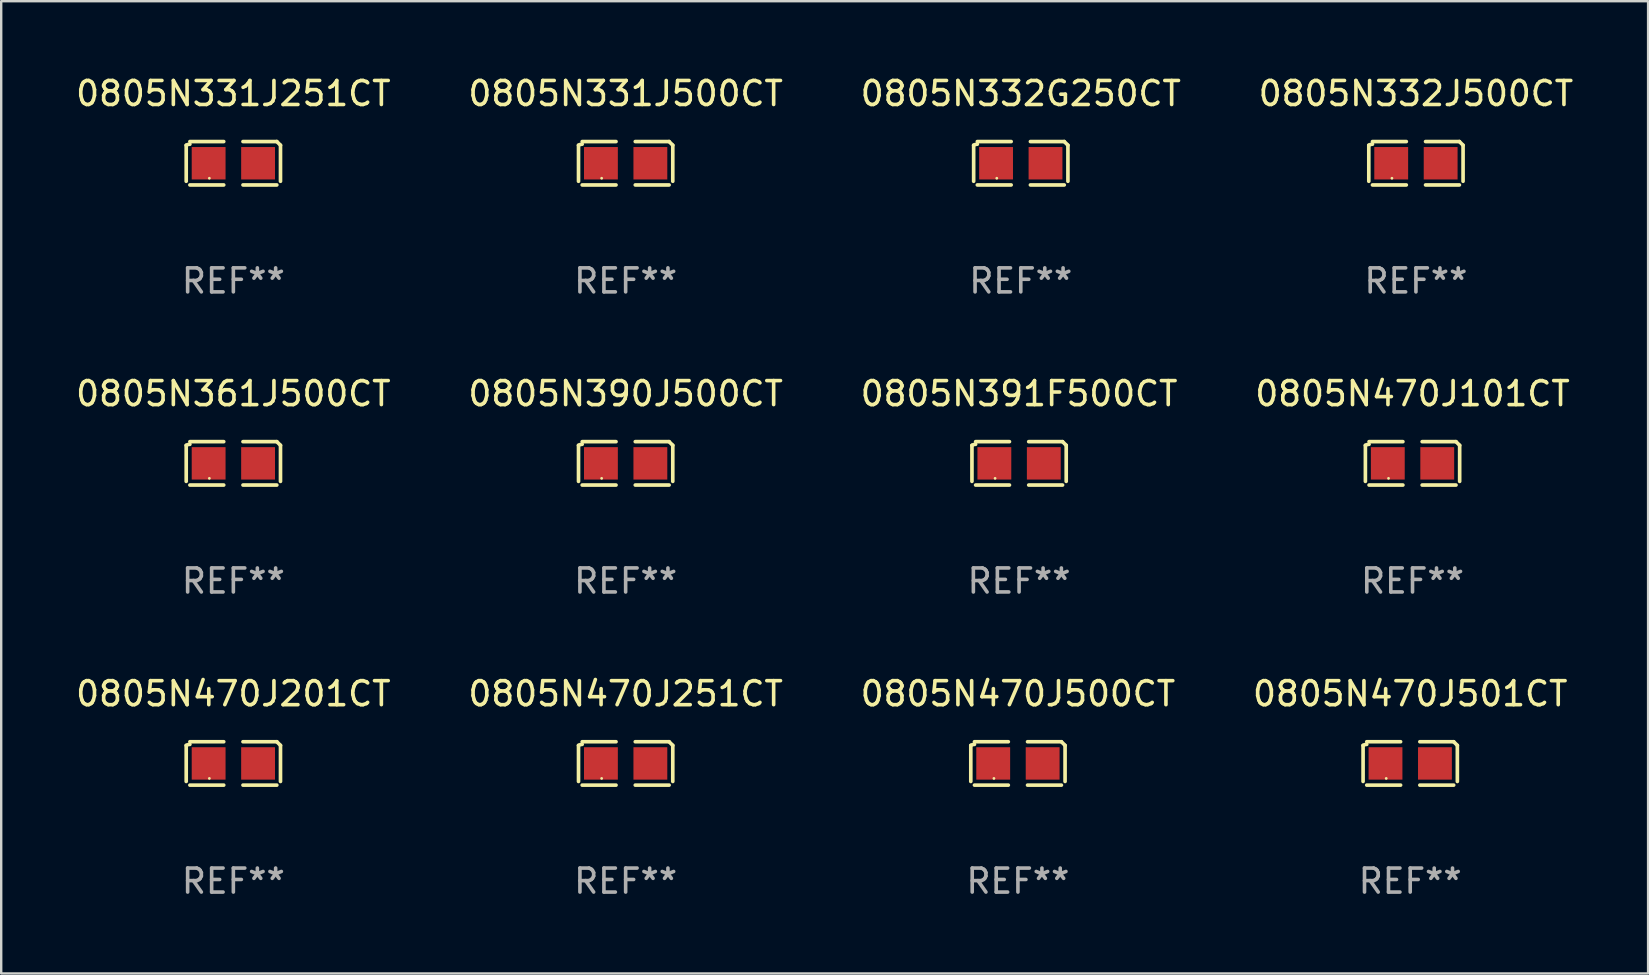
<source format=kicad_pcb>
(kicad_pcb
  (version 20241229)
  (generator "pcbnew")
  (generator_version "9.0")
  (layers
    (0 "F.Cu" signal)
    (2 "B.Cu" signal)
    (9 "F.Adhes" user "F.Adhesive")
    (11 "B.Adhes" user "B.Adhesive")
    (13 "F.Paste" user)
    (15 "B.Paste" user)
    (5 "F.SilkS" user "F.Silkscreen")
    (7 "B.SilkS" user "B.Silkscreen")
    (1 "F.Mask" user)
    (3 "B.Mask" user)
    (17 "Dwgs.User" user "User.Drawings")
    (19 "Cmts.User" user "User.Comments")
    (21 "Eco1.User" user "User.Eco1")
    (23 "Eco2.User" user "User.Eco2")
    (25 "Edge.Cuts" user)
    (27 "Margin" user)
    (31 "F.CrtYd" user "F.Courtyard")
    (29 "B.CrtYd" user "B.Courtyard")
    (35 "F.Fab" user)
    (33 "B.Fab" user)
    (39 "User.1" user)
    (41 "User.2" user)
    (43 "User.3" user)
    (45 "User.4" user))
  (footprint "0805N470J500CT"
    (layer "F.Cu")
    (at 39.363 28.759)
    (property "Reference" "0805N470J500CT" (at 0 -2.904 0) (layer "F.SilkS") (effects (font (size 1 1) (thickness 0.15))))
    (attr through_hole)
    (fp_line (start -1.964 0.751) (end -1.964 -0.751) (stroke (width 0.152) (type solid)) (layer "F.SilkS"))
    (fp_line (start -1.811 -0.904) (end -0.401 -0.904) (stroke (width 0.152) (type solid)) (layer "F.SilkS"))
    (fp_line (start -0.401 0.904) (end -1.811 0.904) (stroke (width 0.152) (type solid)) (layer "F.SilkS"))
    (fp_line (start 0.401 0.904) (end 1.811 0.904) (stroke (width 0.152) (type solid)) (layer "F.SilkS"))
    (fp_line (start 1.811 -0.904) (end 0.401 -0.904) (stroke (width 0.152) (type solid)) (layer "F.SilkS"))
    (fp_line (start 1.964 0.751) (end 1.964 -0.751) (stroke (width 0.152) (type solid)) (layer "F.SilkS"))
    (fp_arc (start -1.963602 -0.751207) (mid -1.890354 -0.783131) (end -1.811201 -0.794044) (stroke (width 0.1524) (type solid)) (layer "F.SilkS"))
    (fp_arc (start 1.811202 -0.903607) (mid 1.887413 -0.827418) (end 1.963602 -0.751207) (stroke (width 0.1524) (type solid)) (layer "F.SilkS"))
    (fp_circle (center -1 0.625) (end -0.97 0.625) (stroke (width 0.06) (type solid)) (fill no) (layer "F.SilkS"))
    (fp_text user "REF**" (at 0 4.904 0) (layer "F.Fab") (effects (font (size 1 1) (thickness 0.15))))
    (pad "1" smd rect (at -1.03 0) (size 1.41 1.35) (layers "F.Cu" "F.Mask" "F.Paste"))
    (pad "2" smd rect (at 1.03 0) (size 1.41 1.35) (layers "F.Cu" "F.Mask" "F.Paste")))
  (footprint "0805N332J500CT"
    (layer "F.Cu")
    (at 55.946 3.752)
    (property "Reference" "0805N332J500CT" (at 0 -2.904 0) (layer "F.SilkS") (effects (font (size 1 1) (thickness 0.15))))
    (attr through_hole)
    (fp_line (start -1.964 0.751) (end -1.964 -0.751) (stroke (width 0.152) (type solid)) (layer "F.SilkS"))
    (fp_line (start -1.811 -0.904) (end -0.401 -0.904) (stroke (width 0.152) (type solid)) (layer "F.SilkS"))
    (fp_line (start -0.401 0.904) (end -1.811 0.904) (stroke (width 0.152) (type solid)) (layer "F.SilkS"))
    (fp_line (start 0.401 0.904) (end 1.811 0.904) (stroke (width 0.152) (type solid)) (layer "F.SilkS"))
    (fp_line (start 1.811 -0.904) (end 0.401 -0.904) (stroke (width 0.152) (type solid)) (layer "F.SilkS"))
    (fp_line (start 1.964 0.751) (end 1.964 -0.751) (stroke (width 0.152) (type solid)) (layer "F.SilkS"))
    (fp_arc (start -1.963602 -0.751207) (mid -1.890354 -0.783131) (end -1.811201 -0.794044) (stroke (width 0.1524) (type solid)) (layer "F.SilkS"))
    (fp_arc (start 1.811202 -0.903607) (mid 1.887413 -0.827418) (end 1.963602 -0.751207) (stroke (width 0.1524) (type solid)) (layer "F.SilkS"))
    (fp_circle (center -1 0.625) (end -0.97 0.625) (stroke (width 0.06) (type solid)) (fill no) (layer "F.SilkS"))
    (fp_text user "REF**" (at 0 4.904 0) (layer "F.Fab") (effects (font (size 1 1) (thickness 0.15))))
    (pad "1" smd rect (at -1.03 0) (size 1.41 1.35) (layers "F.Cu" "F.Mask" "F.Paste"))
    (pad "2" smd rect (at 1.03 0) (size 1.41 1.35) (layers "F.Cu" "F.Mask" "F.Paste")))
  (footprint "0805N361J500CT"
    (layer "F.Cu")
    (at 6.673 16.256)
    (property "Reference" "0805N361J500CT" (at 0 -2.904 0) (layer "F.SilkS") (effects (font (size 1 1) (thickness 0.15))))
    (attr through_hole)
    (fp_line (start -1.964 0.751) (end -1.964 -0.751) (stroke (width 0.152) (type solid)) (layer "F.SilkS"))
    (fp_line (start -1.811 -0.904) (end -0.401 -0.904) (stroke (width 0.152) (type solid)) (layer "F.SilkS"))
    (fp_line (start -0.401 0.904) (end -1.811 0.904) (stroke (width 0.152) (type solid)) (layer "F.SilkS"))
    (fp_line (start 0.401 0.904) (end 1.811 0.904) (stroke (width 0.152) (type solid)) (layer "F.SilkS"))
    (fp_line (start 1.811 -0.904) (end 0.401 -0.904) (stroke (width 0.152) (type solid)) (layer "F.SilkS"))
    (fp_line (start 1.964 0.751) (end 1.964 -0.751) (stroke (width 0.152) (type solid)) (layer "F.SilkS"))
    (fp_arc (start -1.963602 -0.751207) (mid -1.890354 -0.783131) (end -1.811201 -0.794044) (stroke (width 0.1524) (type solid)) (layer "F.SilkS"))
    (fp_arc (start 1.811202 -0.903607) (mid 1.887413 -0.827418) (end 1.963602 -0.751207) (stroke (width 0.1524) (type solid)) (layer "F.SilkS"))
    (fp_circle (center -1 0.625) (end -0.97 0.625) (stroke (width 0.06) (type solid)) (fill no) (layer "F.SilkS"))
    (fp_text user "REF**" (at 0 4.904 0) (layer "F.Fab") (effects (font (size 1 1) (thickness 0.15))))
    (pad "1" smd rect (at -1.03 0) (size 1.41 1.35) (layers "F.Cu" "F.Mask" "F.Paste"))
    (pad "2" smd rect (at 1.03 0) (size 1.41 1.35) (layers "F.Cu" "F.Mask" "F.Paste")))
  (footprint "0805N470J101CT"
    (layer "F.Cu")
    (at 55.804 16.256)
    (property "Reference" "0805N470J101CT" (at 0 -2.904 0) (layer "F.SilkS") (effects (font (size 1 1) (thickness 0.15))))
    (attr through_hole)
    (fp_line (start -1.964 0.751) (end -1.964 -0.751) (stroke (width 0.152) (type solid)) (layer "F.SilkS"))
    (fp_line (start -1.811 -0.904) (end -0.401 -0.904) (stroke (width 0.152) (type solid)) (layer "F.SilkS"))
    (fp_line (start -0.401 0.904) (end -1.811 0.904) (stroke (width 0.152) (type solid)) (layer "F.SilkS"))
    (fp_line (start 0.401 0.904) (end 1.811 0.904) (stroke (width 0.152) (type solid)) (layer "F.SilkS"))
    (fp_line (start 1.811 -0.904) (end 0.401 -0.904) (stroke (width 0.152) (type solid)) (layer "F.SilkS"))
    (fp_line (start 1.964 0.751) (end 1.964 -0.751) (stroke (width 0.152) (type solid)) (layer "F.SilkS"))
    (fp_arc (start -1.963602 -0.751207) (mid -1.890354 -0.783131) (end -1.811201 -0.794044) (stroke (width 0.1524) (type solid)) (layer "F.SilkS"))
    (fp_arc (start 1.811202 -0.903607) (mid 1.887413 -0.827418) (end 1.963602 -0.751207) (stroke (width 0.1524) (type solid)) (layer "F.SilkS"))
    (fp_circle (center -1 0.625) (end -0.97 0.625) (stroke (width 0.06) (type solid)) (fill no) (layer "F.SilkS"))
    (fp_text user "REF**" (at 0 4.904 0) (layer "F.Fab") (effects (font (size 1 1) (thickness 0.15))))
    (pad "1" smd rect (at -1.03 0) (size 1.41 1.35) (layers "F.Cu" "F.Mask" "F.Paste"))
    (pad "2" smd rect (at 1.03 0) (size 1.41 1.35) (layers "F.Cu" "F.Mask" "F.Paste")))
  (footprint "0805N331J500CT"
    (layer "F.Cu")
    (at 23.018 3.752)
    (property "Reference" "0805N331J500CT" (at 0 -2.904 0) (layer "F.SilkS") (effects (font (size 1 1) (thickness 0.15))))
    (attr through_hole)
    (fp_line (start -1.964 0.751) (end -1.964 -0.751) (stroke (width 0.152) (type solid)) (layer "F.SilkS"))
    (fp_line (start -1.811 -0.904) (end -0.401 -0.904) (stroke (width 0.152) (type solid)) (layer "F.SilkS"))
    (fp_line (start -0.401 0.904) (end -1.811 0.904) (stroke (width 0.152) (type solid)) (layer "F.SilkS"))
    (fp_line (start 0.401 0.904) (end 1.811 0.904) (stroke (width 0.152) (type solid)) (layer "F.SilkS"))
    (fp_line (start 1.811 -0.904) (end 0.401 -0.904) (stroke (width 0.152) (type solid)) (layer "F.SilkS"))
    (fp_line (start 1.964 0.751) (end 1.964 -0.751) (stroke (width 0.152) (type solid)) (layer "F.SilkS"))
    (fp_arc (start -1.963602 -0.751207) (mid -1.890354 -0.783131) (end -1.811201 -0.794044) (stroke (width 0.1524) (type solid)) (layer "F.SilkS"))
    (fp_arc (start 1.811202 -0.903607) (mid 1.887413 -0.827418) (end 1.963602 -0.751207) (stroke (width 0.1524) (type solid)) (layer "F.SilkS"))
    (fp_circle (center -1 0.625) (end -0.97 0.625) (stroke (width 0.06) (type solid)) (fill no) (layer "F.SilkS"))
    (fp_text user "REF**" (at 0 4.904 0) (layer "F.Fab") (effects (font (size 1 1) (thickness 0.15))))
    (pad "1" smd rect (at -1.03 0) (size 1.41 1.35) (layers "F.Cu" "F.Mask" "F.Paste"))
    (pad "2" smd rect (at 1.03 0) (size 1.41 1.35) (layers "F.Cu" "F.Mask" "F.Paste")))
  (footprint "0805N470J251CT"
    (layer "F.Cu")
    (at 23.018 28.759)
    (property "Reference" "0805N470J251CT" (at 0 -2.904 0) (layer "F.SilkS") (effects (font (size 1 1) (thickness 0.15))))
    (attr through_hole)
    (fp_line (start -1.964 0.751) (end -1.964 -0.751) (stroke (width 0.152) (type solid)) (layer "F.SilkS"))
    (fp_line (start -1.811 -0.904) (end -0.401 -0.904) (stroke (width 0.152) (type solid)) (layer "F.SilkS"))
    (fp_line (start -0.401 0.904) (end -1.811 0.904) (stroke (width 0.152) (type solid)) (layer "F.SilkS"))
    (fp_line (start 0.401 0.904) (end 1.811 0.904) (stroke (width 0.152) (type solid)) (layer "F.SilkS"))
    (fp_line (start 1.811 -0.904) (end 0.401 -0.904) (stroke (width 0.152) (type solid)) (layer "F.SilkS"))
    (fp_line (start 1.964 0.751) (end 1.964 -0.751) (stroke (width 0.152) (type solid)) (layer "F.SilkS"))
    (fp_arc (start -1.963602 -0.751207) (mid -1.890354 -0.783131) (end -1.811201 -0.794044) (stroke (width 0.1524) (type solid)) (layer "F.SilkS"))
    (fp_arc (start 1.811202 -0.903607) (mid 1.887413 -0.827418) (end 1.963602 -0.751207) (stroke (width 0.1524) (type solid)) (layer "F.SilkS"))
    (fp_circle (center -1 0.625) (end -0.97 0.625) (stroke (width 0.06) (type solid)) (fill no) (layer "F.SilkS"))
    (fp_text user "REF**" (at 0 4.904 0) (layer "F.Fab") (effects (font (size 1 1) (thickness 0.15))))
    (pad "1" smd rect (at -1.03 0) (size 1.41 1.35) (layers "F.Cu" "F.Mask" "F.Paste"))
    (pad "2" smd rect (at 1.03 0) (size 1.41 1.35) (layers "F.Cu" "F.Mask" "F.Paste")))
  (footprint "0805N470J201CT"
    (layer "F.Cu")
    (at 6.673 28.759)
    (property "Reference" "0805N470J201CT" (at 0 -2.904 0) (layer "F.SilkS") (effects (font (size 1 1) (thickness 0.15))))
    (attr through_hole)
    (fp_line (start -1.964 0.751) (end -1.964 -0.751) (stroke (width 0.152) (type solid)) (layer "F.SilkS"))
    (fp_line (start -1.811 -0.904) (end -0.401 -0.904) (stroke (width 0.152) (type solid)) (layer "F.SilkS"))
    (fp_line (start -0.401 0.904) (end -1.811 0.904) (stroke (width 0.152) (type solid)) (layer "F.SilkS"))
    (fp_line (start 0.401 0.904) (end 1.811 0.904) (stroke (width 0.152) (type solid)) (layer "F.SilkS"))
    (fp_line (start 1.811 -0.904) (end 0.401 -0.904) (stroke (width 0.152) (type solid)) (layer "F.SilkS"))
    (fp_line (start 1.964 0.751) (end 1.964 -0.751) (stroke (width 0.152) (type solid)) (layer "F.SilkS"))
    (fp_arc (start -1.963602 -0.751207) (mid -1.890354 -0.783131) (end -1.811201 -0.794044) (stroke (width 0.1524) (type solid)) (layer "F.SilkS"))
    (fp_arc (start 1.811202 -0.903607) (mid 1.887413 -0.827418) (end 1.963602 -0.751207) (stroke (width 0.1524) (type solid)) (layer "F.SilkS"))
    (fp_circle (center -1 0.625) (end -0.97 0.625) (stroke (width 0.06) (type solid)) (fill no) (layer "F.SilkS"))
    (fp_text user "REF**" (at 0 4.904 0) (layer "F.Fab") (effects (font (size 1 1) (thickness 0.15))))
    (pad "1" smd rect (at -1.03 0) (size 1.41 1.35) (layers "F.Cu" "F.Mask" "F.Paste"))
    (pad "2" smd rect (at 1.03 0) (size 1.41 1.35) (layers "F.Cu" "F.Mask" "F.Paste")))
  (footprint "0805N331J251CT"
    (layer "F.Cu")
    (at 6.673 3.752)
    (property "Reference" "0805N331J251CT" (at 0 -2.904 0) (layer "F.SilkS") (effects (font (size 1 1) (thickness 0.15))))
    (attr through_hole)
    (fp_line (start -1.964 0.751) (end -1.964 -0.751) (stroke (width 0.152) (type solid)) (layer "F.SilkS"))
    (fp_line (start -1.811 -0.904) (end -0.401 -0.904) (stroke (width 0.152) (type solid)) (layer "F.SilkS"))
    (fp_line (start -0.401 0.904) (end -1.811 0.904) (stroke (width 0.152) (type solid)) (layer "F.SilkS"))
    (fp_line (start 0.401 0.904) (end 1.811 0.904) (stroke (width 0.152) (type solid)) (layer "F.SilkS"))
    (fp_line (start 1.811 -0.904) (end 0.401 -0.904) (stroke (width 0.152) (type solid)) (layer "F.SilkS"))
    (fp_line (start 1.964 0.751) (end 1.964 -0.751) (stroke (width 0.152) (type solid)) (layer "F.SilkS"))
    (fp_arc (start -1.963602 -0.751207) (mid -1.890354 -0.783131) (end -1.811201 -0.794044) (stroke (width 0.1524) (type solid)) (layer "F.SilkS"))
    (fp_arc (start 1.811202 -0.903607) (mid 1.887413 -0.827418) (end 1.963602 -0.751207) (stroke (width 0.1524) (type solid)) (layer "F.SilkS"))
    (fp_circle (center -1 0.625) (end -0.97 0.625) (stroke (width 0.06) (type solid)) (fill no) (layer "F.SilkS"))
    (fp_text user "REF**" (at 0 4.904 0) (layer "F.Fab") (effects (font (size 1 1) (thickness 0.15))))
    (pad "1" smd rect (at -1.03 0) (size 1.41 1.35) (layers "F.Cu" "F.Mask" "F.Paste"))
    (pad "2" smd rect (at 1.03 0) (size 1.41 1.35) (layers "F.Cu" "F.Mask" "F.Paste")))
  (footprint "0805N470J501CT"
    (layer "F.Cu")
    (at 55.708 28.759)
    (property "Reference" "0805N470J501CT" (at 0 -2.904 0) (layer "F.SilkS") (effects (font (size 1 1) (thickness 0.15))))
    (attr through_hole)
    (fp_line (start -1.964 0.751) (end -1.964 -0.751) (stroke (width 0.152) (type solid)) (layer "F.SilkS"))
    (fp_line (start -1.811 -0.904) (end -0.401 -0.904) (stroke (width 0.152) (type solid)) (layer "F.SilkS"))
    (fp_line (start -0.401 0.904) (end -1.811 0.904) (stroke (width 0.152) (type solid)) (layer "F.SilkS"))
    (fp_line (start 0.401 0.904) (end 1.811 0.904) (stroke (width 0.152) (type solid)) (layer "F.SilkS"))
    (fp_line (start 1.811 -0.904) (end 0.401 -0.904) (stroke (width 0.152) (type solid)) (layer "F.SilkS"))
    (fp_line (start 1.964 0.751) (end 1.964 -0.751) (stroke (width 0.152) (type solid)) (layer "F.SilkS"))
    (fp_arc (start -1.963602 -0.751207) (mid -1.890354 -0.783131) (end -1.811201 -0.794044) (stroke (width 0.1524) (type solid)) (layer "F.SilkS"))
    (fp_arc (start 1.811202 -0.903607) (mid 1.887413 -0.827418) (end 1.963602 -0.751207) (stroke (width 0.1524) (type solid)) (layer "F.SilkS"))
    (fp_circle (center -1 0.625) (end -0.97 0.625) (stroke (width 0.06) (type solid)) (fill no) (layer "F.SilkS"))
    (fp_text user "REF**" (at 0 4.904 0) (layer "F.Fab") (effects (font (size 1 1) (thickness 0.15))))
    (pad "1" smd rect (at -1.03 0) (size 1.41 1.35) (layers "F.Cu" "F.Mask" "F.Paste"))
    (pad "2" smd rect (at 1.03 0) (size 1.41 1.35) (layers "F.Cu" "F.Mask" "F.Paste")))
  (footprint "0805N391F500CT"
    (layer "F.Cu")
    (at 39.411 16.256)
    (property "Reference" "0805N391F500CT" (at 0 -2.904 0) (layer "F.SilkS") (effects (font (size 1 1) (thickness 0.15))))
    (attr through_hole)
    (fp_line (start -1.964 0.751) (end -1.964 -0.751) (stroke (width 0.152) (type solid)) (layer "F.SilkS"))
    (fp_line (start -1.811 -0.904) (end -0.401 -0.904) (stroke (width 0.152) (type solid)) (layer "F.SilkS"))
    (fp_line (start -0.401 0.904) (end -1.811 0.904) (stroke (width 0.152) (type solid)) (layer "F.SilkS"))
    (fp_line (start 0.401 0.904) (end 1.811 0.904) (stroke (width 0.152) (type solid)) (layer "F.SilkS"))
    (fp_line (start 1.811 -0.904) (end 0.401 -0.904) (stroke (width 0.152) (type solid)) (layer "F.SilkS"))
    (fp_line (start 1.964 0.751) (end 1.964 -0.751) (stroke (width 0.152) (type solid)) (layer "F.SilkS"))
    (fp_arc (start -1.963602 -0.751207) (mid -1.890354 -0.783131) (end -1.811201 -0.794044) (stroke (width 0.1524) (type solid)) (layer "F.SilkS"))
    (fp_arc (start 1.811202 -0.903607) (mid 1.887413 -0.827418) (end 1.963602 -0.751207) (stroke (width 0.1524) (type solid)) (layer "F.SilkS"))
    (fp_circle (center -1 0.625) (end -0.97 0.625) (stroke (width 0.06) (type solid)) (fill no) (layer "F.SilkS"))
    (fp_text user "REF**" (at 0 4.904 0) (layer "F.Fab") (effects (font (size 1 1) (thickness 0.15))))
    (pad "1" smd rect (at -1.03 0) (size 1.41 1.35) (layers "F.Cu" "F.Mask" "F.Paste"))
    (pad "2" smd rect (at 1.03 0) (size 1.41 1.35) (layers "F.Cu" "F.Mask" "F.Paste")))
  (footprint "0805N390J500CT"
    (layer "F.Cu")
    (at 23.018 16.256)
    (property "Reference" "0805N390J500CT" (at 0 -2.904 0) (layer "F.SilkS") (effects (font (size 1 1) (thickness 0.15))))
    (attr through_hole)
    (fp_line (start -1.964 0.751) (end -1.964 -0.751) (stroke (width 0.152) (type solid)) (layer "F.SilkS"))
    (fp_line (start -1.811 -0.904) (end -0.401 -0.904) (stroke (width 0.152) (type solid)) (layer "F.SilkS"))
    (fp_line (start -0.401 0.904) (end -1.811 0.904) (stroke (width 0.152) (type solid)) (layer "F.SilkS"))
    (fp_line (start 0.401 0.904) (end 1.811 0.904) (stroke (width 0.152) (type solid)) (layer "F.SilkS"))
    (fp_line (start 1.811 -0.904) (end 0.401 -0.904) (stroke (width 0.152) (type solid)) (layer "F.SilkS"))
    (fp_line (start 1.964 0.751) (end 1.964 -0.751) (stroke (width 0.152) (type solid)) (layer "F.SilkS"))
    (fp_arc (start -1.963602 -0.751207) (mid -1.890354 -0.783131) (end -1.811201 -0.794044) (stroke (width 0.1524) (type solid)) (layer "F.SilkS"))
    (fp_arc (start 1.811202 -0.903607) (mid 1.887413 -0.827418) (end 1.963602 -0.751207) (stroke (width 0.1524) (type solid)) (layer "F.SilkS"))
    (fp_circle (center -1 0.625) (end -0.97 0.625) (stroke (width 0.06) (type solid)) (fill no) (layer "F.SilkS"))
    (fp_text user "REF**" (at 0 4.904 0) (layer "F.Fab") (effects (font (size 1 1) (thickness 0.15))))
    (pad "1" smd rect (at -1.03 0) (size 1.41 1.35) (layers "F.Cu" "F.Mask" "F.Paste"))
    (pad "2" smd rect (at 1.03 0) (size 1.41 1.35) (layers "F.Cu" "F.Mask" "F.Paste")))
  (footprint "0805N332G250CT"
    (layer "F.Cu")
    (at 39.482 3.752)
    (property "Reference" "0805N332G250CT" (at 0 -2.904 0) (layer "F.SilkS") (effects (font (size 1 1) (thickness 0.15))))
    (attr through_hole)
    (fp_line (start -1.964 0.751) (end -1.964 -0.751) (stroke (width 0.152) (type solid)) (layer "F.SilkS"))
    (fp_line (start -1.811 -0.904) (end -0.401 -0.904) (stroke (width 0.152) (type solid)) (layer "F.SilkS"))
    (fp_line (start -0.401 0.904) (end -1.811 0.904) (stroke (width 0.152) (type solid)) (layer "F.SilkS"))
    (fp_line (start 0.401 0.904) (end 1.811 0.904) (stroke (width 0.152) (type solid)) (layer "F.SilkS"))
    (fp_line (start 1.811 -0.904) (end 0.401 -0.904) (stroke (width 0.152) (type solid)) (layer "F.SilkS"))
    (fp_line (start 1.964 0.751) (end 1.964 -0.751) (stroke (width 0.152) (type solid)) (layer "F.SilkS"))
    (fp_arc (start -1.963602 -0.751207) (mid -1.890354 -0.783131) (end -1.811201 -0.794044) (stroke (width 0.1524) (type solid)) (layer "F.SilkS"))
    (fp_arc (start 1.811202 -0.903607) (mid 1.887413 -0.827418) (end 1.963602 -0.751207) (stroke (width 0.1524) (type solid)) (layer "F.SilkS"))
    (fp_circle (center -1 0.625) (end -0.97 0.625) (stroke (width 0.06) (type solid)) (fill no) (layer "F.SilkS"))
    (fp_text user "REF**" (at 0 4.904 0) (layer "F.Fab") (effects (font (size 1 1) (thickness 0.15))))
    (pad "1" smd rect (at -1.03 0) (size 1.41 1.35) (layers "F.Cu" "F.Mask" "F.Paste"))
    (pad "2" smd rect (at 1.03 0) (size 1.41 1.35) (layers "F.Cu" "F.Mask" "F.Paste")))
  (gr_rect
    (start -3 -3)
    (end 65.619 37.511)
    (stroke (width 0.1) (type default))
    (fill no)
    (layer "Edge.Cuts")))
</source>
